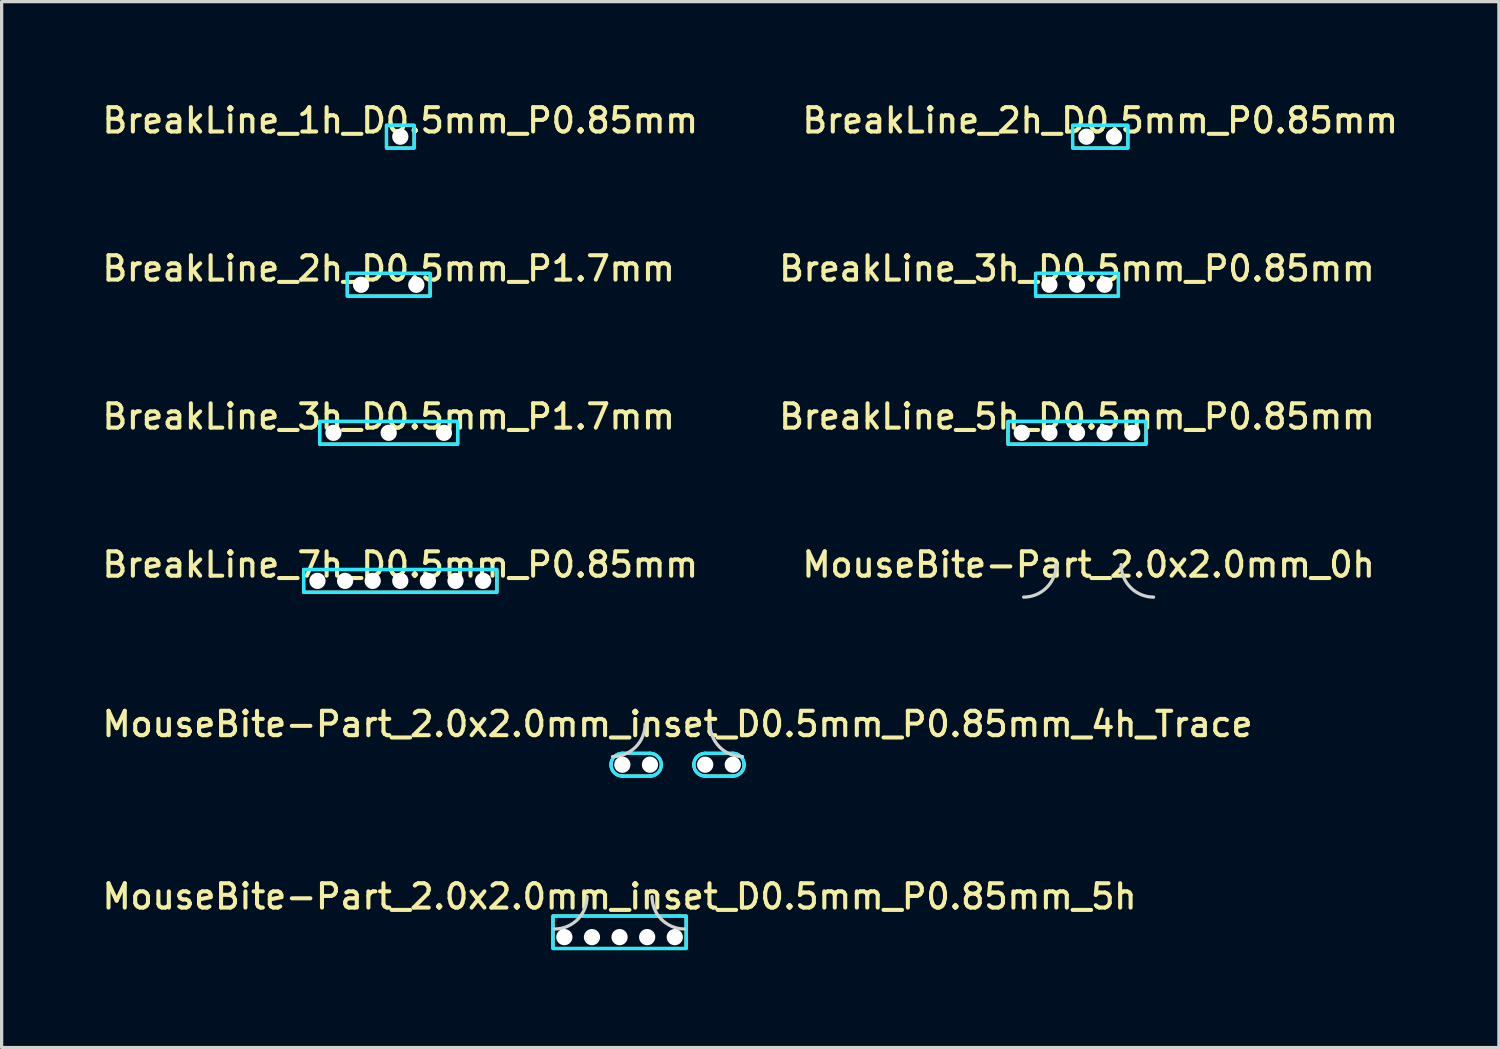
<source format=kicad_pcb>
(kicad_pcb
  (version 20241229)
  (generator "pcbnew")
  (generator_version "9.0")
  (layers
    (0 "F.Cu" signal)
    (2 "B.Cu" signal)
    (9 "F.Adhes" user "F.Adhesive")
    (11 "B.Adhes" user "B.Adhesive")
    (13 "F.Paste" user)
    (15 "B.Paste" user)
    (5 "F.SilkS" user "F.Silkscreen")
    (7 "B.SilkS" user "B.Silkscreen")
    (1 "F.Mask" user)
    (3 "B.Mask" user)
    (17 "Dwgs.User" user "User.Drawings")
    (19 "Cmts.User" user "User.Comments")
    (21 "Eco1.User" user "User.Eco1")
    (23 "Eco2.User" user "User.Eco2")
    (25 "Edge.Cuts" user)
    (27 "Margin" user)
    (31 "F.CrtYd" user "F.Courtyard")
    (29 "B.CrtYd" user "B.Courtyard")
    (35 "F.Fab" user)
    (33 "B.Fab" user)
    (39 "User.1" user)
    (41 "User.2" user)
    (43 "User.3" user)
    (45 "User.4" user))
  (footprint "MouseBite-Part_2.0x2.0mm_0h"
    (layer "F.Cu")
    (at 30.463 15.332)
    (property "Reference" "MouseBite-Part_2.0x2.0mm_0h" (at 0 -1 0) (layer "F.SilkS") (effects (font (size 0.75 0.75) (thickness 0.125))))
    (attr board_only exclude_from_pos_files exclude_from_bom dnp)
    (fp_arc (start -1 -1) (mid -1.292893 -0.292893) (end -2 0) (stroke (width 0.1) (type solid)) (layer "Edge.Cuts"))
    (fp_arc (start 2 0) (mid 1.292893 -0.292893) (end 1 -1) (stroke (width 0.1) (type solid)) (layer "Edge.Cuts")))
  (footprint "BreakLine_3h_D0.5mm_P0.85mm"
    (layer "F.Cu")
    (at 30.105 5.716)
    (property "Reference" "BreakLine_3h_D0.5mm_P0.85mm" (at 0 -0.5 0) (layer "F.SilkS") (effects (font (size 0.75 0.75) (thickness 0.125))))
    (attr board_only exclude_from_pos_files exclude_from_bom dnp)
    (fp_rect (start -1.275 -0.35) (end 1.275 0.35) (stroke (width 0.1) (type solid)) (fill no) (layer "F.SilkS"))
    (fp_rect (start -1.275 -0.35) (end 1.275 0.35) (stroke (width 0.1) (type solid)) (fill no) (layer "B.CrtYd"))
    (pad "" np_thru_hole circle (at -0.85 0) (size 0.5 0.5) (drill 0.5) (layers "*.Cu" "*.Mask"))
    (pad "" np_thru_hole circle (at 0 0) (size 0.5 0.5) (drill 0.5) (layers "*.Cu" "*.Mask"))
    (pad "" np_thru_hole circle (at 0.85 0) (size 0.5 0.5) (drill 0.5) (layers "*.Cu" "*.Mask")))
  (footprint "BreakLine_1h_D0.5mm_P0.85mm"
    (layer "F.Cu")
    (at 9.273 1.158)
    (property "Reference" "BreakLine_1h_D0.5mm_P0.85mm" (at 0 -0.5 0) (layer "F.SilkS") (effects (font (size 0.75 0.75) (thickness 0.125))))
    (attr board_only exclude_from_pos_files exclude_from_bom dnp)
    (fp_rect (start -0.425 -0.35) (end 0.425 0.35) (stroke (width 0.1) (type solid)) (fill no) (layer "F.SilkS"))
    (fp_rect (start -0.425 -0.35) (end 0.425 0.35) (stroke (width 0.1) (type solid)) (fill no) (layer "B.CrtYd"))
    (pad "" np_thru_hole circle (at 0 0) (size 0.5 0.5) (drill 0.5) (layers "*.Cu" "*.Mask")))
  (footprint "BreakLine_2h_D0.5mm_P0.85mm"
    (layer "F.Cu")
    (at 30.82 1.158)
    (property "Reference" "BreakLine_2h_D0.5mm_P0.85mm" (at 0 -0.5 0) (layer "F.SilkS") (effects (font (size 0.75 0.75) (thickness 0.125))))
    (attr board_only exclude_from_pos_files exclude_from_bom dnp)
    (fp_rect (start -0.85 -0.35) (end 0.85 0.35) (stroke (width 0.1) (type solid)) (fill no) (layer "F.SilkS"))
    (fp_rect (start -0.85 -0.35) (end 0.85 0.35) (stroke (width 0.1) (type solid)) (fill no) (layer "B.CrtYd"))
    (pad "" np_thru_hole circle (at -0.425 0) (size 0.5 0.5) (drill 0.5) (layers "*.Cu" "*.Mask"))
    (pad "" np_thru_hole circle (at 0.425 0) (size 0.5 0.5) (drill 0.5) (layers "*.Cu" "*.Mask")))
  (footprint "BreakLine_7h_D0.5mm_P0.85mm"
    (layer "F.Cu")
    (at 9.273 14.832)
    (property "Reference" "BreakLine_7h_D0.5mm_P0.85mm" (at 0 -0.5 0) (layer "F.SilkS") (effects (font (size 0.75 0.75) (thickness 0.125))))
    (attr board_only exclude_from_pos_files exclude_from_bom dnp)
    (fp_rect (start -2.975 -0.35) (end 2.975 0.35) (stroke (width 0.1) (type solid)) (fill no) (layer "F.SilkS"))
    (fp_rect (start -2.975 -0.35) (end 2.975 0.35) (stroke (width 0.1) (type solid)) (fill no) (layer "B.CrtYd"))
    (pad "" np_thru_hole circle (at -2.55 0) (size 0.5 0.5) (drill 0.5) (layers "*.Cu" "*.Mask"))
    (pad "" np_thru_hole circle (at -1.7 0) (size 0.5 0.5) (drill 0.5) (layers "*.Cu" "*.Mask"))
    (pad "" np_thru_hole circle (at -0.85 0) (size 0.5 0.5) (drill 0.5) (layers "*.Cu" "*.Mask"))
    (pad "" np_thru_hole circle (at 0 0) (size 0.5 0.5) (drill 0.5) (layers "*.Cu" "*.Mask"))
    (pad "" np_thru_hole circle (at 0.85 0) (size 0.5 0.5) (drill 0.5) (layers "*.Cu" "*.Mask"))
    (pad "" np_thru_hole circle (at 1.7 0) (size 0.5 0.5) (drill 0.5) (layers "*.Cu" "*.Mask"))
    (pad "" np_thru_hole circle (at 2.55 0) (size 0.5 0.5) (drill 0.5) (layers "*.Cu" "*.Mask")))
  (footprint "BreakLine_2h_D0.5mm_P1.7mm"
    (layer "F.Cu")
    (at 8.916 5.716)
    (property "Reference" "BreakLine_2h_D0.5mm_P1.7mm" (at 0 -0.5 0) (layer "F.SilkS") (effects (font (size 0.75 0.75) (thickness 0.125))))
    (attr board_only exclude_from_pos_files exclude_from_bom dnp)
    (fp_rect (start -1.275 -0.35) (end 1.275 0.35) (stroke (width 0.1) (type solid)) (fill no) (layer "F.SilkS"))
    (fp_rect (start -1.275 -0.35) (end 1.275 0.35) (stroke (width 0.1) (type solid)) (fill no) (layer "B.CrtYd"))
    (pad "" np_thru_hole circle (at -0.85 0) (size 0.5 0.5) (drill 0.5) (layers "*.Cu" "*.Mask"))
    (pad "" np_thru_hole circle (at 0.85 0) (size 0.5 0.5) (drill 0.5) (layers "*.Cu" "*.Mask")))
  (footprint "BreakLine_5h_D0.5mm_P0.85mm"
    (layer "F.Cu")
    (at 30.105 10.274)
    (property "Reference" "BreakLine_5h_D0.5mm_P0.85mm" (at 0 -0.5 0) (layer "F.SilkS") (effects (font (size 0.75 0.75) (thickness 0.125))))
    (attr board_only exclude_from_pos_files exclude_from_bom dnp)
    (fp_rect (start -2.125 -0.35) (end 2.125 0.35) (stroke (width 0.1) (type solid)) (fill no) (layer "F.SilkS"))
    (fp_rect (start -2.125 -0.35) (end 2.125 0.35) (stroke (width 0.1) (type solid)) (fill no) (layer "B.CrtYd"))
    (pad "" np_thru_hole circle (at -1.7 0) (size 0.5 0.5) (drill 0.5) (layers "*.Cu" "*.Mask"))
    (pad "" np_thru_hole circle (at -0.85 0) (size 0.5 0.5) (drill 0.5) (layers "*.Cu" "*.Mask"))
    (pad "" np_thru_hole circle (at 0 0) (size 0.5 0.5) (drill 0.5) (layers "*.Cu" "*.Mask"))
    (pad "" np_thru_hole circle (at 0.85 0) (size 0.5 0.5) (drill 0.5) (layers "*.Cu" "*.Mask"))
    (pad "" np_thru_hole circle (at 1.7 0) (size 0.5 0.5) (drill 0.5) (layers "*.Cu" "*.Mask")))
  (footprint "MouseBite-Part_2.0x2.0mm_inset_D0.5mm_P0.85mm_4h_Trace"
    (layer "F.Cu")
    (at 17.809 20.241)
    (property "Reference" "MouseBite-Part_2.0x2.0mm_inset_D0.5mm_P0.85mm_4h_Trace" (at 0 -1 0) (layer "F.SilkS") (effects (font (size 0.75 0.75) (thickness 0.125))))
    (attr board_only exclude_from_pos_files exclude_from_bom dnp)
    (fp_line (start -1.7 0.6) (end -0.85 0.6) (stroke (width 0.1) (type solid)) (layer "F.SilkS"))
    (fp_line (start -0.85 -0.1) (end -1.7 -0.1) (stroke (width 0.1) (type solid)) (layer "F.SilkS"))
    (fp_line (start 0.85 0.6) (end 1.7 0.6) (stroke (width 0.1) (type solid)) (layer "F.SilkS"))
    (fp_line (start 1.7 -0.1) (end 0.85 -0.1) (stroke (width 0.1) (type solid)) (layer "F.SilkS"))
    (fp_arc (start -1.7 0.6) (mid -2.05 0.25) (end -1.7 -0.1) (stroke (width 0.1) (type solid)) (layer "F.SilkS"))
    (fp_arc (start -0.85 -0.1) (mid -0.5 0.25) (end -0.85 0.6) (stroke (width 0.1) (type solid)) (layer "F.SilkS"))
    (fp_arc (start 0.85 0.6) (mid 0.5 0.25) (end 0.85 -0.1) (stroke (width 0.1) (type solid)) (layer "F.SilkS"))
    (fp_arc (start 1.7 -0.1) (mid 2.05 0.25) (end 1.7 0.6) (stroke (width 0.1) (type solid)) (layer "F.SilkS"))
    (fp_arc (start -1 -1) (mid -1.292893 -0.292893) (end -2 0) (stroke (width 0.1) (type solid)) (layer "Edge.Cuts"))
    (fp_arc (start 2 0) (mid 1.292893 -0.292893) (end 1 -1) (stroke (width 0.1) (type solid)) (layer "Edge.Cuts"))
    (fp_line (start -1.7 0.6) (end -0.85 0.6) (stroke (width 0.1) (type solid)) (layer "B.CrtYd"))
    (fp_line (start -0.85 -0.1) (end -1.7 -0.1) (stroke (width 0.1) (type solid)) (layer "B.CrtYd"))
    (fp_line (start 0.85 0.6) (end 1.7 0.6) (stroke (width 0.1) (type solid)) (layer "B.CrtYd"))
    (fp_line (start 1.7 -0.1) (end 0.85 -0.1) (stroke (width 0.1) (type solid)) (layer "B.CrtYd"))
    (fp_arc (start -1.7 0.6) (mid -2.05 0.25) (end -1.7 -0.1) (stroke (width 0.1) (type solid)) (layer "B.CrtYd"))
    (fp_arc (start -0.85 -0.1) (mid -0.5 0.25) (end -0.85 0.6) (stroke (width 0.1) (type solid)) (layer "B.CrtYd"))
    (fp_arc (start 0.85 0.6) (mid 0.5 0.25) (end 0.85 -0.1) (stroke (width 0.1) (type solid)) (layer "B.CrtYd"))
    (fp_arc (start 1.7 -0.1) (mid 2.05 0.25) (end 1.7 0.6) (stroke (width 0.1) (type solid)) (layer "B.CrtYd"))
    (pad "" np_thru_hole circle (at -1.7 0.25 180) (size 0.5 0.5) (drill 0.5) (layers "*.Cu" "*.Mask"))
    (pad "" np_thru_hole circle (at -0.85 0.25 180) (size 0.5 0.5) (drill 0.5) (layers "*.Cu" "*.Mask"))
    (pad "" np_thru_hole circle (at 0.85 0.25 180) (size 0.5 0.5) (drill 0.5) (layers "*.Cu" "*.Mask"))
    (pad "" np_thru_hole circle (at 1.7 0.25 180) (size 0.5 0.5) (drill 0.5) (layers "*.Cu" "*.Mask")))
  (footprint "MouseBite-Part_2.0x2.0mm_inset_D0.5mm_P0.85mm_5h"
    (layer "F.Cu")
    (at 16.023 25.549)
    (property "Reference" "MouseBite-Part_2.0x2.0mm_inset_D0.5mm_P0.85mm_5h" (at 0 -1 0) (layer "F.SilkS") (effects (font (size 0.75 0.75) (thickness 0.125))))
    (attr board_only exclude_from_pos_files exclude_from_bom dnp)
    (fp_rect (start -2.05 -0.4) (end 2.05 0.6) (stroke (width 0.1) (type solid)) (fill no) (layer "F.SilkS"))
    (fp_arc (start -1 -1) (mid -1.292893 -0.292893) (end -2 0) (stroke (width 0.1) (type solid)) (layer "Edge.Cuts"))
    (fp_arc (start 2 0) (mid 1.292893 -0.292893) (end 1 -1) (stroke (width 0.1) (type solid)) (layer "Edge.Cuts"))
    (fp_rect (start -2.05 -0.4) (end 2.05 0.6) (stroke (width 0.1) (type solid)) (fill no) (layer "B.CrtYd"))
    (pad "" np_thru_hole circle (at -1.7 0.25 180) (size 0.5 0.5) (drill 0.5) (layers "*.Cu" "*.Mask"))
    (pad "" np_thru_hole circle (at -0.85 0.25 180) (size 0.5 0.5) (drill 0.5) (layers "*.Cu" "*.Mask"))
    (pad "" np_thru_hole circle (at 0 0.25 180) (size 0.5 0.5) (drill 0.5) (layers "*.Cu" "*.Mask"))
    (pad "" np_thru_hole circle (at 0.85 0.25 180) (size 0.5 0.5) (drill 0.5) (layers "*.Cu" "*.Mask"))
    (pad "" np_thru_hole circle (at 1.7 0.25 180) (size 0.5 0.5) (drill 0.5) (layers "*.Cu" "*.Mask")))
  (footprint "BreakLine_3h_D0.5mm_P1.7mm"
    (layer "F.Cu")
    (at 8.916 10.274)
    (property "Reference" "BreakLine_3h_D0.5mm_P1.7mm" (at 0 -0.5 0) (layer "F.SilkS") (effects (font (size 0.75 0.75) (thickness 0.125))))
    (attr board_only exclude_from_pos_files exclude_from_bom dnp)
    (fp_rect (start -2.125 -0.35) (end 2.125 0.35) (stroke (width 0.1) (type solid)) (fill no) (layer "F.SilkS"))
    (fp_rect (start -2.125 -0.35) (end 2.125 0.35) (stroke (width 0.1) (type solid)) (fill no) (layer "B.CrtYd"))
    (pad "" np_thru_hole circle (at -1.7 0) (size 0.5 0.5) (drill 0.5) (layers "*.Cu" "*.Mask"))
    (pad "" np_thru_hole circle (at 0 0) (size 0.5 0.5) (drill 0.5) (layers "*.Cu" "*.Mask"))
    (pad "" np_thru_hole circle (at 1.7 0) (size 0.5 0.5) (drill 0.5) (layers "*.Cu" "*.Mask")))
  (gr_rect
    (start -3 -3)
    (end 43.093 29.199)
    (stroke (width 0.1) (type default))
    (fill no)
    (layer "Edge.Cuts")))
</source>
